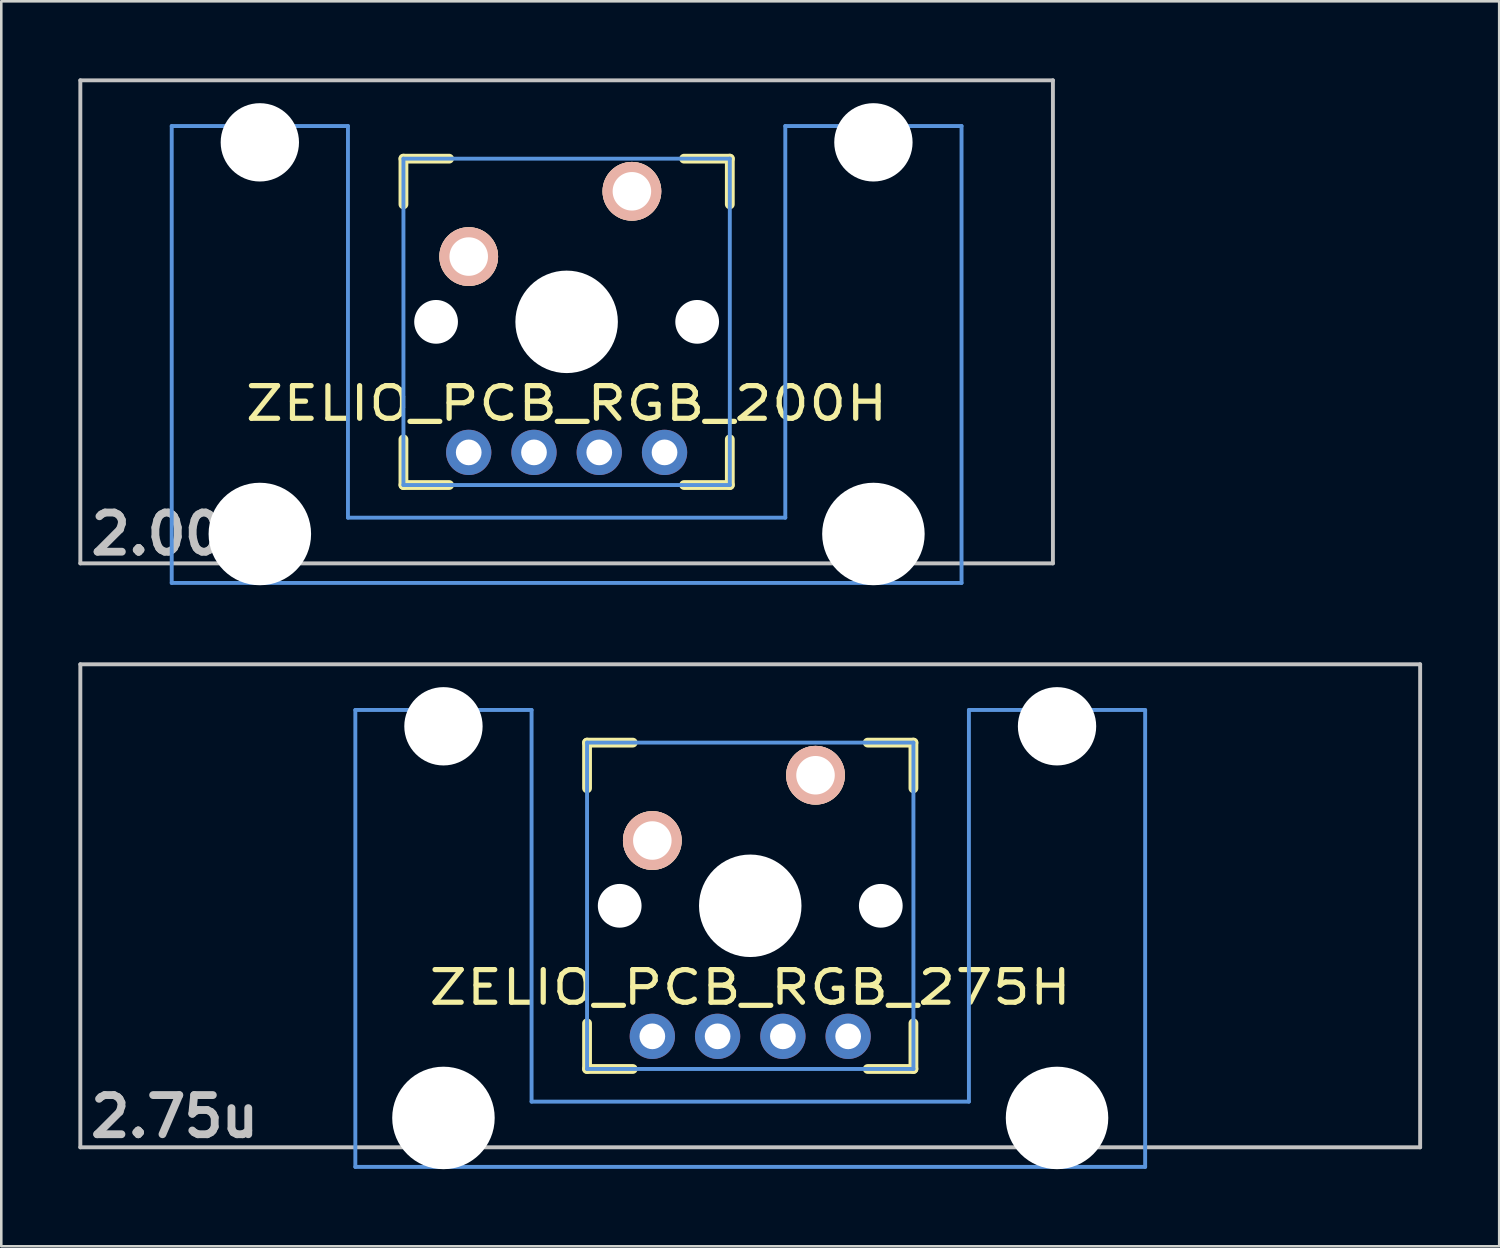
<source format=kicad_pcb>
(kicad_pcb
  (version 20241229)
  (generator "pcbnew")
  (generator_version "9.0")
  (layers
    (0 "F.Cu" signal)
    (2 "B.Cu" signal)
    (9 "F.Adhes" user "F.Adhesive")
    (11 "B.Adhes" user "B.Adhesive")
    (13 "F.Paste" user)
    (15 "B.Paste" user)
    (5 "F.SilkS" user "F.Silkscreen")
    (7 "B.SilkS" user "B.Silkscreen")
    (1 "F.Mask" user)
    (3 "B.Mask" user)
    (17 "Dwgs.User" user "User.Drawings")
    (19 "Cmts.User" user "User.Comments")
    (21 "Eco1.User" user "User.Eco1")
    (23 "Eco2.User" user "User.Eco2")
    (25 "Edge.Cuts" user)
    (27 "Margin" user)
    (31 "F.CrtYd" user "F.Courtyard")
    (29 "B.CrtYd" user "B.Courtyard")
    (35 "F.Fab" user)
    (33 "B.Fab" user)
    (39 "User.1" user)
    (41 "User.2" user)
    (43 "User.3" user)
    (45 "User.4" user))
  (footprint "ZELIO_PCB_RGB_275H"
    (layer "F.Cu")
    (at 26.144 32.197)
    (property "Reference" "ZELIO_PCB_RGB_275H" (at 0 3.175 0) (layer "F.SilkS") (effects (font (size 1.27 1.524) (thickness 0.203))))
    (attr through_hole)
    (fp_line (start -6.35 -6.35) (end -4.572 -6.35) (stroke (width 0.381) (type solid)) (layer "F.SilkS"))
    (fp_line (start -6.35 -4.572) (end -6.35 -6.35) (stroke (width 0.381) (type solid)) (layer "F.SilkS"))
    (fp_line (start -6.35 6.35) (end -6.35 4.572) (stroke (width 0.381) (type solid)) (layer "F.SilkS"))
    (fp_line (start -4.572 6.35) (end -6.35 6.35) (stroke (width 0.381) (type solid)) (layer "F.SilkS"))
    (fp_line (start 4.572 -6.35) (end 6.35 -6.35) (stroke (width 0.381) (type solid)) (layer "F.SilkS"))
    (fp_line (start 6.35 -6.35) (end 6.35 -4.572) (stroke (width 0.381) (type solid)) (layer "F.SilkS"))
    (fp_line (start 6.35 4.572) (end 6.35 6.35) (stroke (width 0.381) (type solid)) (layer "F.SilkS"))
    (fp_line (start 6.35 6.35) (end 4.572 6.35) (stroke (width 0.381) (type solid)) (layer "F.SilkS"))
    (fp_line (start -26.068 -9.398) (end 26.068 -9.398) (stroke (width 0.152) (type solid)) (layer "Dwgs.User"))
    (fp_line (start -26.068 9.398) (end -26.068 -9.398) (stroke (width 0.152) (type solid)) (layer "Dwgs.User"))
    (fp_line (start 26.068 -9.398) (end 26.068 9.398) (stroke (width 0.152) (type solid)) (layer "Dwgs.User"))
    (fp_line (start 26.068 9.398) (end -26.068 9.398) (stroke (width 0.152) (type solid)) (layer "Dwgs.User"))
    (fp_line (start -15.367 -7.62) (end -15.367 10.16) (stroke (width 0.152) (type solid)) (layer "Cmts.User"))
    (fp_line (start -15.367 10.16) (end 15.367 10.16) (stroke (width 0.152) (type solid)) (layer "Cmts.User"))
    (fp_line (start -8.509 -7.62) (end -15.367 -7.62) (stroke (width 0.152) (type solid)) (layer "Cmts.User"))
    (fp_line (start -8.509 7.62) (end -8.509 -7.62) (stroke (width 0.152) (type solid)) (layer "Cmts.User"))
    (fp_line (start -6.35 -6.35) (end 6.35 -6.35) (stroke (width 0.152) (type solid)) (layer "Cmts.User"))
    (fp_line (start -6.35 6.35) (end -6.35 -6.35) (stroke (width 0.152) (type solid)) (layer "Cmts.User"))
    (fp_line (start 6.35 -6.35) (end 6.35 6.35) (stroke (width 0.152) (type solid)) (layer "Cmts.User"))
    (fp_line (start 6.35 6.35) (end -6.35 6.35) (stroke (width 0.152) (type solid)) (layer "Cmts.User"))
    (fp_line (start 8.509 -7.62) (end 8.509 7.62) (stroke (width 0.152) (type solid)) (layer "Cmts.User"))
    (fp_line (start 8.509 7.62) (end -8.509 7.62) (stroke (width 0.152) (type solid)) (layer "Cmts.User"))
    (fp_line (start 15.367 -7.62) (end 8.509 -7.62) (stroke (width 0.152) (type solid)) (layer "Cmts.User"))
    (fp_line (start 15.367 10.16) (end 15.367 -7.62) (stroke (width 0.152) (type solid)) (layer "Cmts.User"))
    (fp_line (start -16.129 -2.286) (end -15.265 -2.286) (stroke (width 0.152) (type solid)) (layer "Eco2.User"))
    (fp_line (start -16.129 0.508) (end -16.129 -2.286) (stroke (width 0.152) (type solid)) (layer "Eco2.User"))
    (fp_line (start -15.265 -5.69) (end -8.611 -5.69) (stroke (width 0.152) (type solid)) (layer "Eco2.User"))
    (fp_line (start -15.265 -2.286) (end -15.265 -5.69) (stroke (width 0.152) (type solid)) (layer "Eco2.User"))
    (fp_line (start -15.265 0.508) (end -16.129 0.508) (stroke (width 0.152) (type solid)) (layer "Eco2.User"))
    (fp_line (start -15.265 6.604) (end -15.265 0.508) (stroke (width 0.152) (type solid)) (layer "Eco2.User"))
    (fp_line (start -14.224 6.604) (end -15.265 6.604) (stroke (width 0.152) (type solid)) (layer "Eco2.User"))
    (fp_line (start -14.224 7.772) (end -14.224 6.604) (stroke (width 0.152) (type solid)) (layer "Eco2.User"))
    (fp_line (start -9.652 6.604) (end -9.652 7.772) (stroke (width 0.152) (type solid)) (layer "Eco2.User"))
    (fp_line (start -9.652 7.772) (end -14.224 7.772) (stroke (width 0.152) (type solid)) (layer "Eco2.User"))
    (fp_line (start -8.611 -5.69) (end -8.611 -4.877) (stroke (width 0.152) (type solid)) (layer "Eco2.User"))
    (fp_line (start -8.611 -4.877) (end -6.985 -4.877) (stroke (width 0.152) (type solid)) (layer "Eco2.User"))
    (fp_line (start -8.611 5.817) (end -8.611 6.604) (stroke (width 0.152) (type solid)) (layer "Eco2.User"))
    (fp_line (start -8.611 6.604) (end -9.652 6.604) (stroke (width 0.152) (type solid)) (layer "Eco2.User"))
    (fp_line (start -6.985 -6.985) (end 6.985 -6.985) (stroke (width 0.152) (type solid)) (layer "Eco2.User"))
    (fp_line (start -6.985 -4.877) (end -6.985 -6.985) (stroke (width 0.152) (type solid)) (layer "Eco2.User"))
    (fp_line (start -6.985 5.817) (end -8.611 5.817) (stroke (width 0.152) (type solid)) (layer "Eco2.User"))
    (fp_line (start -6.985 6.985) (end -6.985 5.817) (stroke (width 0.152) (type solid)) (layer "Eco2.User"))
    (fp_line (start 6.985 -6.985) (end 6.985 -4.877) (stroke (width 0.152) (type solid)) (layer "Eco2.User"))
    (fp_line (start 6.985 -4.877) (end 8.611 -4.877) (stroke (width 0.152) (type solid)) (layer "Eco2.User"))
    (fp_line (start 6.985 5.817) (end 6.985 6.985) (stroke (width 0.152) (type solid)) (layer "Eco2.User"))
    (fp_line (start 6.985 6.985) (end -6.985 6.985) (stroke (width 0.152) (type solid)) (layer "Eco2.User"))
    (fp_line (start 8.611 -5.69) (end 15.265 -5.69) (stroke (width 0.152) (type solid)) (layer "Eco2.User"))
    (fp_line (start 8.611 -4.877) (end 8.611 -5.69) (stroke (width 0.152) (type solid)) (layer "Eco2.User"))
    (fp_line (start 8.611 5.817) (end 6.985 5.817) (stroke (width 0.152) (type solid)) (layer "Eco2.User"))
    (fp_line (start 8.611 6.604) (end 8.611 5.817) (stroke (width 0.152) (type solid)) (layer "Eco2.User"))
    (fp_line (start 9.652 6.604) (end 8.611 6.604) (stroke (width 0.152) (type solid)) (layer "Eco2.User"))
    (fp_line (start 9.652 7.772) (end 9.652 6.604) (stroke (width 0.152) (type solid)) (layer "Eco2.User"))
    (fp_line (start 14.224 6.604) (end 14.224 7.772) (stroke (width 0.152) (type solid)) (layer "Eco2.User"))
    (fp_line (start 14.224 7.772) (end 9.652 7.772) (stroke (width 0.152) (type solid)) (layer "Eco2.User"))
    (fp_line (start 15.265 -5.69) (end 15.265 -2.286) (stroke (width 0.152) (type solid)) (layer "Eco2.User"))
    (fp_line (start 15.265 -2.286) (end 16.129 -2.286) (stroke (width 0.152) (type solid)) (layer "Eco2.User"))
    (fp_line (start 15.265 0.508) (end 15.265 6.604) (stroke (width 0.152) (type solid)) (layer "Eco2.User"))
    (fp_line (start 15.265 6.604) (end 14.224 6.604) (stroke (width 0.152) (type solid)) (layer "Eco2.User"))
    (fp_line (start 16.129 -2.286) (end 16.129 0.508) (stroke (width 0.152) (type solid)) (layer "Eco2.User"))
    (fp_line (start 16.129 0.508) (end 15.265 0.508) (stroke (width 0.152) (type solid)) (layer "Eco2.User"))
    (fp_text user "2.75u" (at -22.4 8.2 0) (layer "Dwgs.User") (effects (font (size 1.524 1.524) (thickness 0.305))))
    (pad "" np_thru_hole circle (at -11.938 -6.985) (size 3.048 3.048) (drill 3.048) (layers "*.Cu"))
    (pad "" np_thru_hole circle (at -11.938 8.255) (size 3.988 3.988) (drill 3.988) (layers "*.Cu"))
    (pad "" np_thru_hole circle (at -5.08 0) (size 1.702 1.702) (drill 1.702) (layers "*.Cu"))
    (pad "" np_thru_hole circle (at 0 0) (size 3.988 3.988) (drill 3.988) (layers "*.Cu"))
    (pad "" np_thru_hole circle (at 5.08 0) (size 1.702 1.702) (drill 1.702) (layers "*.Cu"))
    (pad "" np_thru_hole circle (at 11.938 -6.985) (size 3.048 3.048) (drill 3.048) (layers "*.Cu"))
    (pad "" np_thru_hole circle (at 11.938 8.255) (size 3.988 3.988) (drill 3.988) (layers "*.Cu"))
    (pad "1" thru_hole circle (at 2.54 -5.08) (size 2.286 2.286) (drill 1.499) (layers "*.Cu" "*.SilkS" "*.Mask"))
    (pad "2" thru_hole circle (at -3.81 -2.54) (size 2.286 2.286) (drill 1.499) (layers "*.Cu" "*.SilkS" "*.Mask"))
    (pad "3" thru_hole circle (at -3.81 5.08) (size 1.762 1.762) (drill 1) (layers "*.Cu" "*.Mask"))
    (pad "4" thru_hole circle (at -1.27 5.08) (size 1.762 1.762) (drill 1) (layers "*.Cu" "*.Mask"))
    (pad "5" thru_hole circle (at 1.27 5.08) (size 1.762 1.762) (drill 1) (layers "*.Cu" "*.Mask"))
    (pad "6" thru_hole circle (at 3.81 5.08) (size 1.762 1.762) (drill 1) (layers "*.Cu" "*.Mask")))
  (footprint "ZELIO_PCB_RGB_200H"
    (layer "F.Cu")
    (at 18.999 9.474)
    (property "Reference" "ZELIO_PCB_RGB_200H" (at 0 3.175 0) (layer "F.SilkS") (effects (font (size 1.27 1.524) (thickness 0.203))))
    (attr through_hole)
    (fp_line (start -6.35 -6.35) (end -4.572 -6.35) (stroke (width 0.381) (type solid)) (layer "F.SilkS"))
    (fp_line (start -6.35 -4.572) (end -6.35 -6.35) (stroke (width 0.381) (type solid)) (layer "F.SilkS"))
    (fp_line (start -6.35 6.35) (end -6.35 4.572) (stroke (width 0.381) (type solid)) (layer "F.SilkS"))
    (fp_line (start -4.572 6.35) (end -6.35 6.35) (stroke (width 0.381) (type solid)) (layer "F.SilkS"))
    (fp_line (start 4.572 -6.35) (end 6.35 -6.35) (stroke (width 0.381) (type solid)) (layer "F.SilkS"))
    (fp_line (start 6.35 -6.35) (end 6.35 -4.572) (stroke (width 0.381) (type solid)) (layer "F.SilkS"))
    (fp_line (start 6.35 4.572) (end 6.35 6.35) (stroke (width 0.381) (type solid)) (layer "F.SilkS"))
    (fp_line (start 6.35 6.35) (end 4.572 6.35) (stroke (width 0.381) (type solid)) (layer "F.SilkS"))
    (fp_line (start -18.923 -9.398) (end 18.923 -9.398) (stroke (width 0.152) (type solid)) (layer "Dwgs.User"))
    (fp_line (start -18.923 9.398) (end -18.923 -9.398) (stroke (width 0.152) (type solid)) (layer "Dwgs.User"))
    (fp_line (start 18.923 -9.398) (end 18.923 9.398) (stroke (width 0.152) (type solid)) (layer "Dwgs.User"))
    (fp_line (start 18.923 9.398) (end -18.923 9.398) (stroke (width 0.152) (type solid)) (layer "Dwgs.User"))
    (fp_line (start -15.367 -7.62) (end -15.367 10.16) (stroke (width 0.152) (type solid)) (layer "Cmts.User"))
    (fp_line (start -15.367 10.16) (end 15.367 10.16) (stroke (width 0.152) (type solid)) (layer "Cmts.User"))
    (fp_line (start -8.509 -7.62) (end -15.367 -7.62) (stroke (width 0.152) (type solid)) (layer "Cmts.User"))
    (fp_line (start -8.509 7.62) (end -8.509 -7.62) (stroke (width 0.152) (type solid)) (layer "Cmts.User"))
    (fp_line (start -6.35 -6.35) (end 6.35 -6.35) (stroke (width 0.152) (type solid)) (layer "Cmts.User"))
    (fp_line (start -6.35 6.35) (end -6.35 -6.35) (stroke (width 0.152) (type solid)) (layer "Cmts.User"))
    (fp_line (start 6.35 -6.35) (end 6.35 6.35) (stroke (width 0.152) (type solid)) (layer "Cmts.User"))
    (fp_line (start 6.35 6.35) (end -6.35 6.35) (stroke (width 0.152) (type solid)) (layer "Cmts.User"))
    (fp_line (start 8.509 -7.62) (end 8.509 7.62) (stroke (width 0.152) (type solid)) (layer "Cmts.User"))
    (fp_line (start 8.509 7.62) (end -8.509 7.62) (stroke (width 0.152) (type solid)) (layer "Cmts.User"))
    (fp_line (start 15.367 -7.62) (end 8.509 -7.62) (stroke (width 0.152) (type solid)) (layer "Cmts.User"))
    (fp_line (start 15.367 10.16) (end 15.367 -7.62) (stroke (width 0.152) (type solid)) (layer "Cmts.User"))
    (fp_line (start -16.129 -2.286) (end -15.265 -2.286) (stroke (width 0.152) (type solid)) (layer "Eco2.User"))
    (fp_line (start -16.129 0.508) (end -16.129 -2.286) (stroke (width 0.152) (type solid)) (layer "Eco2.User"))
    (fp_line (start -15.265 -5.69) (end -8.611 -5.69) (stroke (width 0.152) (type solid)) (layer "Eco2.User"))
    (fp_line (start -15.265 -2.286) (end -15.265 -5.69) (stroke (width 0.152) (type solid)) (layer "Eco2.User"))
    (fp_line (start -15.265 0.508) (end -16.129 0.508) (stroke (width 0.152) (type solid)) (layer "Eco2.User"))
    (fp_line (start -15.265 6.604) (end -15.265 0.508) (stroke (width 0.152) (type solid)) (layer "Eco2.User"))
    (fp_line (start -14.224 6.604) (end -15.265 6.604) (stroke (width 0.152) (type solid)) (layer "Eco2.User"))
    (fp_line (start -14.224 7.772) (end -14.224 6.604) (stroke (width 0.152) (type solid)) (layer "Eco2.User"))
    (fp_line (start -9.652 6.604) (end -9.652 7.772) (stroke (width 0.152) (type solid)) (layer "Eco2.User"))
    (fp_line (start -9.652 7.772) (end -14.224 7.772) (stroke (width 0.152) (type solid)) (layer "Eco2.User"))
    (fp_line (start -8.611 -5.69) (end -8.611 -4.877) (stroke (width 0.152) (type solid)) (layer "Eco2.User"))
    (fp_line (start -8.611 -4.877) (end -6.985 -4.877) (stroke (width 0.152) (type solid)) (layer "Eco2.User"))
    (fp_line (start -8.611 5.817) (end -8.611 6.604) (stroke (width 0.152) (type solid)) (layer "Eco2.User"))
    (fp_line (start -8.611 6.604) (end -9.652 6.604) (stroke (width 0.152) (type solid)) (layer "Eco2.User"))
    (fp_line (start -6.985 -6.985) (end 6.985 -6.985) (stroke (width 0.152) (type solid)) (layer "Eco2.User"))
    (fp_line (start -6.985 -4.877) (end -6.985 -6.985) (stroke (width 0.152) (type solid)) (layer "Eco2.User"))
    (fp_line (start -6.985 5.817) (end -8.611 5.817) (stroke (width 0.152) (type solid)) (layer "Eco2.User"))
    (fp_line (start -6.985 6.985) (end -6.985 5.817) (stroke (width 0.152) (type solid)) (layer "Eco2.User"))
    (fp_line (start 6.985 -6.985) (end 6.985 -4.877) (stroke (width 0.152) (type solid)) (layer "Eco2.User"))
    (fp_line (start 6.985 -4.877) (end 8.611 -4.877) (stroke (width 0.152) (type solid)) (layer "Eco2.User"))
    (fp_line (start 6.985 5.817) (end 6.985 6.985) (stroke (width 0.152) (type solid)) (layer "Eco2.User"))
    (fp_line (start 6.985 6.985) (end -6.985 6.985) (stroke (width 0.152) (type solid)) (layer "Eco2.User"))
    (fp_line (start 8.611 -5.69) (end 15.265 -5.69) (stroke (width 0.152) (type solid)) (layer "Eco2.User"))
    (fp_line (start 8.611 -4.877) (end 8.611 -5.69) (stroke (width 0.152) (type solid)) (layer "Eco2.User"))
    (fp_line (start 8.611 5.817) (end 6.985 5.817) (stroke (width 0.152) (type solid)) (layer "Eco2.User"))
    (fp_line (start 8.611 6.604) (end 8.611 5.817) (stroke (width 0.152) (type solid)) (layer "Eco2.User"))
    (fp_line (start 9.652 6.604) (end 8.611 6.604) (stroke (width 0.152) (type solid)) (layer "Eco2.User"))
    (fp_line (start 9.652 7.772) (end 9.652 6.604) (stroke (width 0.152) (type solid)) (layer "Eco2.User"))
    (fp_line (start 14.224 6.604) (end 14.224 7.772) (stroke (width 0.152) (type solid)) (layer "Eco2.User"))
    (fp_line (start 14.224 7.772) (end 9.652 7.772) (stroke (width 0.152) (type solid)) (layer "Eco2.User"))
    (fp_line (start 15.265 -5.69) (end 15.265 -2.286) (stroke (width 0.152) (type solid)) (layer "Eco2.User"))
    (fp_line (start 15.265 -2.286) (end 16.129 -2.286) (stroke (width 0.152) (type solid)) (layer "Eco2.User"))
    (fp_line (start 15.265 0.508) (end 15.265 6.604) (stroke (width 0.152) (type solid)) (layer "Eco2.User"))
    (fp_line (start 15.265 6.604) (end 14.224 6.604) (stroke (width 0.152) (type solid)) (layer "Eco2.User"))
    (fp_line (start 16.129 -2.286) (end 16.129 0.508) (stroke (width 0.152) (type solid)) (layer "Eco2.User"))
    (fp_line (start 16.129 0.508) (end 15.265 0.508) (stroke (width 0.152) (type solid)) (layer "Eco2.User"))
    (fp_text user "2.00u" (at -15.24 8.255 0) (layer "Dwgs.User") (effects (font (size 1.524 1.524) (thickness 0.305))))
    (pad "" np_thru_hole circle (at -11.938 -6.985) (size 3.048 3.048) (drill 3.048) (layers "*.Cu"))
    (pad "" np_thru_hole circle (at -11.938 8.255) (size 3.988 3.988) (drill 3.988) (layers "*.Cu"))
    (pad "" np_thru_hole circle (at -5.08 0) (size 1.702 1.702) (drill 1.702) (layers "*.Cu"))
    (pad "" np_thru_hole circle (at 0 0) (size 3.988 3.988) (drill 3.988) (layers "*.Cu"))
    (pad "" np_thru_hole circle (at 5.08 0) (size 1.702 1.702) (drill 1.702) (layers "*.Cu"))
    (pad "" np_thru_hole circle (at 11.938 -6.985) (size 3.048 3.048) (drill 3.048) (layers "*.Cu"))
    (pad "" np_thru_hole circle (at 11.938 8.255) (size 3.988 3.988) (drill 3.988) (layers "*.Cu"))
    (pad "1" thru_hole circle (at 2.54 -5.08) (size 2.286 2.286) (drill 1.499) (layers "*.Cu" "*.SilkS" "*.Mask"))
    (pad "2" thru_hole circle (at -3.81 -2.54) (size 2.286 2.286) (drill 1.499) (layers "*.Cu" "*.SilkS" "*.Mask"))
    (pad "3" thru_hole circle (at -3.81 5.08) (size 1.762 1.762) (drill 1) (layers "*.Cu" "*.Mask"))
    (pad "4" thru_hole circle (at -1.27 5.08) (size 1.762 1.762) (drill 1) (layers "*.Cu" "*.Mask"))
    (pad "5" thru_hole circle (at 1.27 5.08) (size 1.762 1.762) (drill 1) (layers "*.Cu" "*.Mask"))
    (pad "6" thru_hole circle (at 3.81 5.08) (size 1.762 1.762) (drill 1) (layers "*.Cu" "*.Mask")))
  (gr_rect
    (start -3 -3)
    (end 55.288 45.446)
    (stroke (width 0.1) (type default))
    (fill no)
    (layer "Edge.Cuts")))
</source>
